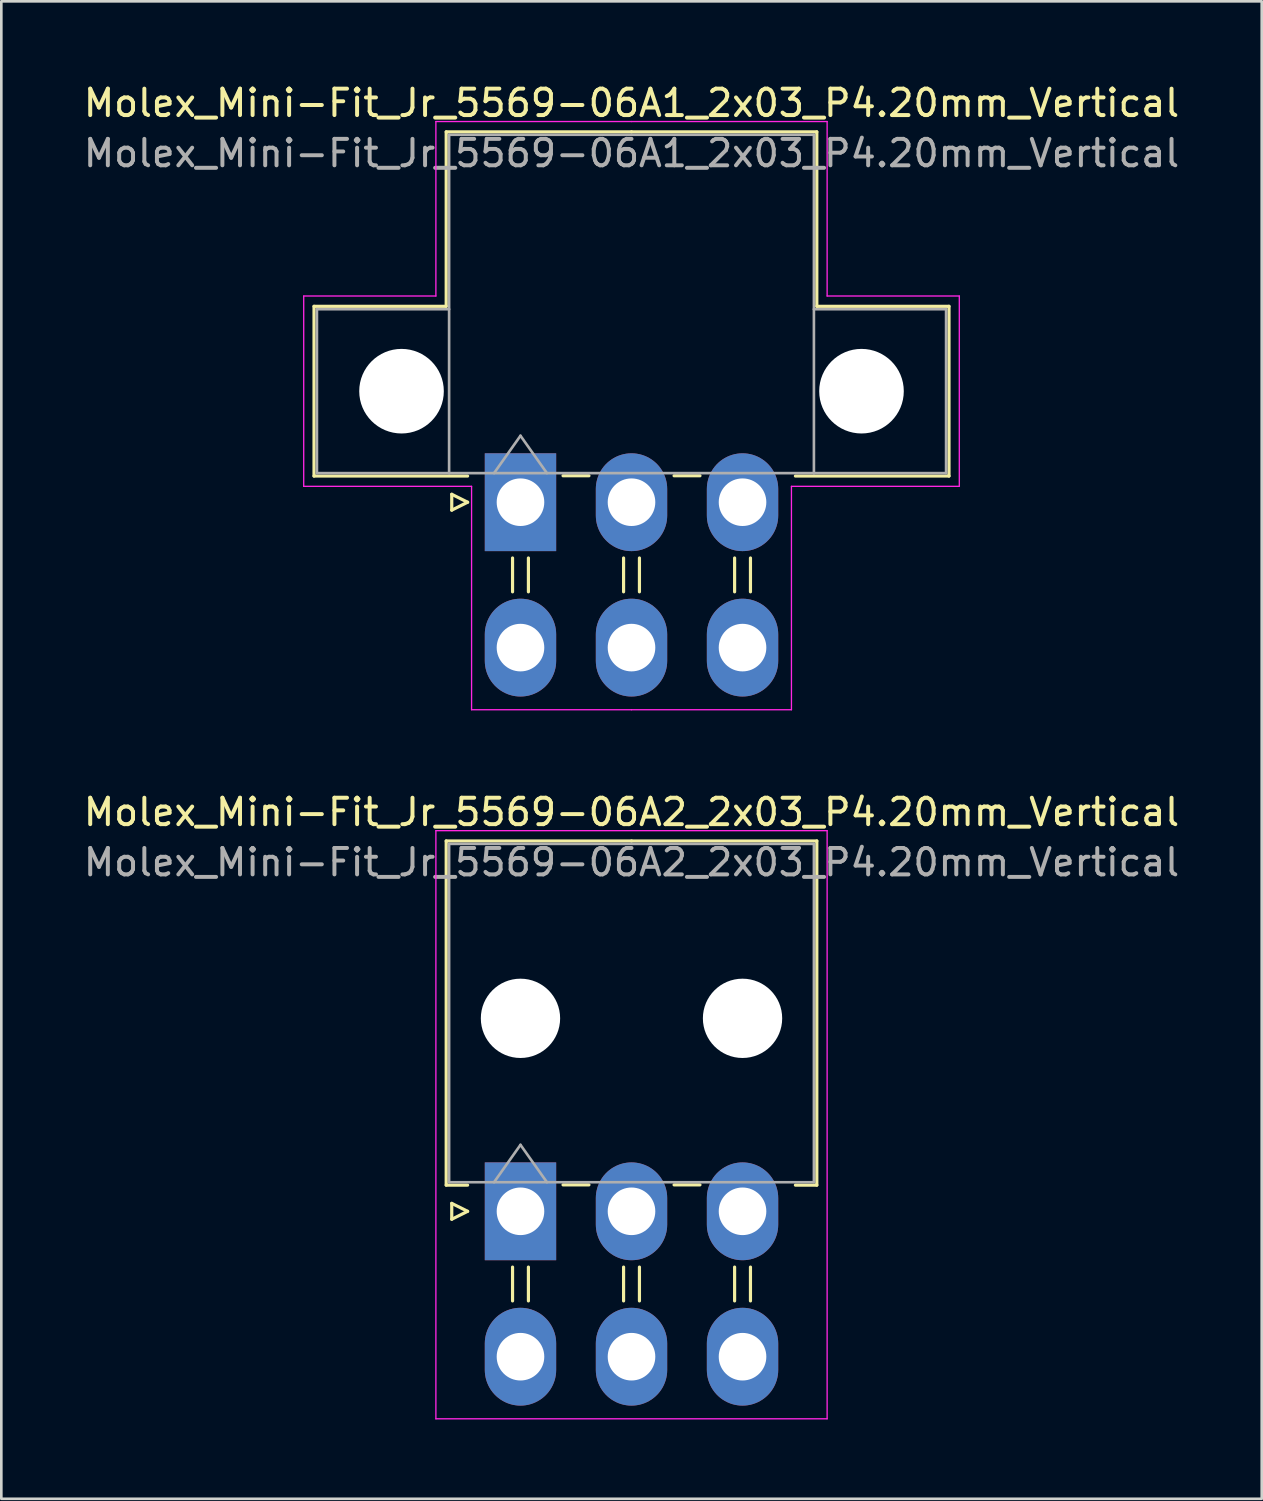
<source format=kicad_pcb>
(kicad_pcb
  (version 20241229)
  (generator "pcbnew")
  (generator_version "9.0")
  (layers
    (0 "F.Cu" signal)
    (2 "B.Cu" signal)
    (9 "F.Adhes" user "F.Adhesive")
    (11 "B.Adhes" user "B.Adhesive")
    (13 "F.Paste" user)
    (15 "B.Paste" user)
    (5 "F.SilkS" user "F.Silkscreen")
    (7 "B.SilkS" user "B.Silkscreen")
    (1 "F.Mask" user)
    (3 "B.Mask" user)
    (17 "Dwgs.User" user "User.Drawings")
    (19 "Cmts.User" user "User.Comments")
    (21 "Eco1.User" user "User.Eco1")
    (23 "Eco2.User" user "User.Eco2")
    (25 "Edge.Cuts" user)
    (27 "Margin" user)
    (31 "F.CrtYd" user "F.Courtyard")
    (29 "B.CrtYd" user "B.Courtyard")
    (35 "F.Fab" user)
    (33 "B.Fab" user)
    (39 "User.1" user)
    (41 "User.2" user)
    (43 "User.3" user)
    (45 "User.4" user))
  (footprint "Molex_Mini-Fit_Jr_5569-06A2_2x03_P4.20mm_Vertical"
    (layer "F.Cu")
    (at 16.639 42.772)
    (property "Reference" "Molex_Mini-Fit_Jr_5569-06A2_2x03_P4.20mm_Vertical" (at 4.2 -15.1 0) (layer "F.SilkS") (effects (font (size 1 1) (thickness 0.15))))
    (attr through_hole)
    (fp_line (start -2.81 -14.01) (end 4.2 -14.01) (stroke (width 0.12) (type solid)) (layer "F.SilkS"))
    (fp_line (start -2.81 -0.99) (end -2.81 -14.01) (stroke (width 0.12) (type solid)) (layer "F.SilkS"))
    (fp_line (start -2.6 -0.3) (end -2 0) (stroke (width 0.12) (type solid)) (layer "F.SilkS"))
    (fp_line (start -2.6 0.3) (end -2.6 -0.3) (stroke (width 0.12) (type solid)) (layer "F.SilkS"))
    (fp_line (start -2 -0.99) (end -2.81 -0.99) (stroke (width 0.12) (type solid)) (layer "F.SilkS"))
    (fp_line (start -2 0) (end -2.6 0.3) (stroke (width 0.12) (type solid)) (layer "F.SilkS"))
    (fp_line (start -0.3 2.11) (end -0.3 3.39) (stroke (width 0.12) (type solid)) (layer "F.SilkS"))
    (fp_line (start 0.3 2.11) (end 0.3 3.39) (stroke (width 0.12) (type solid)) (layer "F.SilkS"))
    (fp_line (start 1.61 -1) (end 2.59 -1) (stroke (width 0.12) (type solid)) (layer "F.SilkS"))
    (fp_line (start 3.9 2.11) (end 3.9 3.39) (stroke (width 0.12) (type solid)) (layer "F.SilkS"))
    (fp_line (start 4.5 2.11) (end 4.5 3.39) (stroke (width 0.12) (type solid)) (layer "F.SilkS"))
    (fp_line (start 5.81 -1) (end 6.79 -1) (stroke (width 0.12) (type solid)) (layer "F.SilkS"))
    (fp_line (start 8.1 2.11) (end 8.1 3.39) (stroke (width 0.12) (type solid)) (layer "F.SilkS"))
    (fp_line (start 8.7 2.11) (end 8.7 3.39) (stroke (width 0.12) (type solid)) (layer "F.SilkS"))
    (fp_line (start 10.4 -0.99) (end 11.21 -0.99) (stroke (width 0.12) (type solid)) (layer "F.SilkS"))
    (fp_line (start 11.21 -14.01) (end 4.2 -14.01) (stroke (width 0.12) (type solid)) (layer "F.SilkS"))
    (fp_line (start 11.21 -0.99) (end 11.21 -14.01) (stroke (width 0.12) (type solid)) (layer "F.SilkS"))
    (fp_line (start -3.2 -14.4) (end -3.2 7.85) (stroke (width 0.05) (type solid)) (layer "F.CrtYd"))
    (fp_line (start -3.2 7.85) (end 11.6 7.85) (stroke (width 0.05) (type solid)) (layer "F.CrtYd"))
    (fp_line (start 11.6 -14.4) (end -3.2 -14.4) (stroke (width 0.05) (type solid)) (layer "F.CrtYd"))
    (fp_line (start 11.6 7.85) (end 11.6 -14.4) (stroke (width 0.05) (type solid)) (layer "F.CrtYd"))
    (fp_line (start -2.7 -13.9) (end -2.7 -1.1) (stroke (width 0.1) (type solid)) (layer "F.Fab"))
    (fp_line (start -2.7 -1.1) (end 11.1 -1.1) (stroke (width 0.1) (type solid)) (layer "F.Fab"))
    (fp_line (start -1 -1.1) (end 0 -2.514) (stroke (width 0.1) (type solid)) (layer "F.Fab"))
    (fp_line (start 0 -2.514) (end 1 -1.1) (stroke (width 0.1) (type solid)) (layer "F.Fab"))
    (fp_line (start 11.1 -13.9) (end -2.7 -13.9) (stroke (width 0.1) (type solid)) (layer "F.Fab"))
    (fp_line (start 11.1 -1.1) (end 11.1 -13.9) (stroke (width 0.1) (type solid)) (layer "F.Fab"))
    (fp_text user "${REFERENCE}" (at 4.2 -13.2 0) (layer "F.Fab") (effects (font (size 1 1) (thickness 0.15))))
    (pad "" np_thru_hole circle (at 0 -7.3) (size 3 3) (drill 3) (layers "*.Cu" "*.Mask"))
    (pad "" np_thru_hole circle (at 8.4 -7.3) (size 3 3) (drill 3) (layers "*.Cu" "*.Mask"))
    (pad "1" thru_hole rect (at 0 0) (size 2.7 3.7) (drill 1.8) (layers "*.Cu" "*.Mask"))
    (pad "2" thru_hole oval (at 4.2 0) (size 2.7 3.7) (drill 1.8) (layers "*.Cu" "*.Mask"))
    (pad "3" thru_hole oval (at 8.4 0) (size 2.7 3.7) (drill 1.8) (layers "*.Cu" "*.Mask"))
    (pad "4" thru_hole oval (at 0 5.5) (size 2.7 3.7) (drill 1.8) (layers "*.Cu" "*.Mask"))
    (pad "5" thru_hole oval (at 4.2 5.5) (size 2.7 3.7) (drill 1.8) (layers "*.Cu" "*.Mask"))
    (pad "6" thru_hole oval (at 8.4 5.5) (size 2.7 3.7) (drill 1.8) (layers "*.Cu" "*.Mask")))
  (footprint "Molex_Mini-Fit_Jr_5569-06A1_2x03_P4.20mm_Vertical"
    (layer "F.Cu")
    (at 16.639 15.948)
    (property "Reference" "Molex_Mini-Fit_Jr_5569-06A1_2x03_P4.20mm_Vertical" (at 4.2 -15.1 0) (layer "F.SilkS") (effects (font (size 1 1) (thickness 0.15))))
    (attr through_hole)
    (fp_line (start -7.81 -7.41) (end -7.81 -0.99) (stroke (width 0.12) (type solid)) (layer "F.SilkS"))
    (fp_line (start -7.81 -0.99) (end -2 -0.99) (stroke (width 0.12) (type solid)) (layer "F.SilkS"))
    (fp_line (start -2.81 -14.01) (end -2.81 -7.41) (stroke (width 0.12) (type solid)) (layer "F.SilkS"))
    (fp_line (start -2.81 -7.41) (end -7.81 -7.41) (stroke (width 0.12) (type solid)) (layer "F.SilkS"))
    (fp_line (start -2.6 -0.3) (end -2 0) (stroke (width 0.12) (type solid)) (layer "F.SilkS"))
    (fp_line (start -2.6 0.3) (end -2.6 -0.3) (stroke (width 0.12) (type solid)) (layer "F.SilkS"))
    (fp_line (start -2 0) (end -2.6 0.3) (stroke (width 0.12) (type solid)) (layer "F.SilkS"))
    (fp_line (start -0.3 2.11) (end -0.3 3.39) (stroke (width 0.12) (type solid)) (layer "F.SilkS"))
    (fp_line (start 0.3 2.11) (end 0.3 3.39) (stroke (width 0.12) (type solid)) (layer "F.SilkS"))
    (fp_line (start 1.61 -1) (end 2.59 -1) (stroke (width 0.12) (type solid)) (layer "F.SilkS"))
    (fp_line (start 3.9 2.11) (end 3.9 3.39) (stroke (width 0.12) (type solid)) (layer "F.SilkS"))
    (fp_line (start 4.2 -14.01) (end -2.81 -14.01) (stroke (width 0.12) (type solid)) (layer "F.SilkS"))
    (fp_line (start 4.2 -14.01) (end 11.21 -14.01) (stroke (width 0.12) (type solid)) (layer "F.SilkS"))
    (fp_line (start 4.5 2.11) (end 4.5 3.39) (stroke (width 0.12) (type solid)) (layer "F.SilkS"))
    (fp_line (start 5.81 -1) (end 6.79 -1) (stroke (width 0.12) (type solid)) (layer "F.SilkS"))
    (fp_line (start 8.1 2.11) (end 8.1 3.39) (stroke (width 0.12) (type solid)) (layer "F.SilkS"))
    (fp_line (start 8.7 2.11) (end 8.7 3.39) (stroke (width 0.12) (type solid)) (layer "F.SilkS"))
    (fp_line (start 11.21 -14.01) (end 11.21 -7.41) (stroke (width 0.12) (type solid)) (layer "F.SilkS"))
    (fp_line (start 11.21 -7.41) (end 16.21 -7.41) (stroke (width 0.12) (type solid)) (layer "F.SilkS"))
    (fp_line (start 16.21 -7.41) (end 16.21 -0.99) (stroke (width 0.12) (type solid)) (layer "F.SilkS"))
    (fp_line (start 16.21 -0.99) (end 10.4 -0.99) (stroke (width 0.12) (type solid)) (layer "F.SilkS"))
    (fp_line (start -8.2 -7.8) (end -8.2 -0.6) (stroke (width 0.05) (type solid)) (layer "F.CrtYd"))
    (fp_line (start -8.2 -0.6) (end -1.85 -0.6) (stroke (width 0.05) (type solid)) (layer "F.CrtYd"))
    (fp_line (start -3.2 -14.4) (end -3.2 -7.8) (stroke (width 0.05) (type solid)) (layer "F.CrtYd"))
    (fp_line (start -3.2 -7.8) (end -8.2 -7.8) (stroke (width 0.05) (type solid)) (layer "F.CrtYd"))
    (fp_line (start -1.85 -0.6) (end -1.85 7.85) (stroke (width 0.05) (type solid)) (layer "F.CrtYd"))
    (fp_line (start -1.85 7.85) (end 4.2 7.85) (stroke (width 0.05) (type solid)) (layer "F.CrtYd"))
    (fp_line (start 4.2 -14.4) (end -3.2 -14.4) (stroke (width 0.05) (type solid)) (layer "F.CrtYd"))
    (fp_line (start 4.2 -14.4) (end 11.6 -14.4) (stroke (width 0.05) (type solid)) (layer "F.CrtYd"))
    (fp_line (start 10.25 -0.6) (end 10.25 7.85) (stroke (width 0.05) (type solid)) (layer "F.CrtYd"))
    (fp_line (start 10.25 7.85) (end 4.2 7.85) (stroke (width 0.05) (type solid)) (layer "F.CrtYd"))
    (fp_line (start 11.6 -14.4) (end 11.6 -7.8) (stroke (width 0.05) (type solid)) (layer "F.CrtYd"))
    (fp_line (start 11.6 -7.8) (end 16.6 -7.8) (stroke (width 0.05) (type solid)) (layer "F.CrtYd"))
    (fp_line (start 16.6 -7.8) (end 16.6 -0.6) (stroke (width 0.05) (type solid)) (layer "F.CrtYd"))
    (fp_line (start 16.6 -0.6) (end 10.25 -0.6) (stroke (width 0.05) (type solid)) (layer "F.CrtYd"))
    (fp_line (start -7.7 -7.3) (end -7.7 -1.1) (stroke (width 0.1) (type solid)) (layer "F.Fab"))
    (fp_line (start -7.7 -1.1) (end -2.7 -1.1) (stroke (width 0.1) (type solid)) (layer "F.Fab"))
    (fp_line (start -2.7 -13.9) (end -2.7 -1.1) (stroke (width 0.1) (type solid)) (layer "F.Fab"))
    (fp_line (start -2.7 -7.3) (end -7.7 -7.3) (stroke (width 0.1) (type solid)) (layer "F.Fab"))
    (fp_line (start -2.7 -1.1) (end 11.1 -1.1) (stroke (width 0.1) (type solid)) (layer "F.Fab"))
    (fp_line (start -1 -1.1) (end 0 -2.514) (stroke (width 0.1) (type solid)) (layer "F.Fab"))
    (fp_line (start 0 -2.514) (end 1 -1.1) (stroke (width 0.1) (type solid)) (layer "F.Fab"))
    (fp_line (start 11.1 -13.9) (end -2.7 -13.9) (stroke (width 0.1) (type solid)) (layer "F.Fab"))
    (fp_line (start 11.1 -7.3) (end 16.1 -7.3) (stroke (width 0.1) (type solid)) (layer "F.Fab"))
    (fp_line (start 11.1 -1.1) (end 11.1 -13.9) (stroke (width 0.1) (type solid)) (layer "F.Fab"))
    (fp_line (start 16.1 -7.3) (end 16.1 -1.1) (stroke (width 0.1) (type solid)) (layer "F.Fab"))
    (fp_line (start 16.1 -1.1) (end 11.1 -1.1) (stroke (width 0.1) (type solid)) (layer "F.Fab"))
    (fp_text user "${REFERENCE}" (at 4.2 -13.2 0) (layer "F.Fab") (effects (font (size 1 1) (thickness 0.15))))
    (pad "" np_thru_hole circle (at -4.5 -4.2) (size 3.2 3.2) (drill 3.2) (layers "*.Cu" "*.Mask"))
    (pad "" np_thru_hole circle (at 12.9 -4.2) (size 3.2 3.2) (drill 3.2) (layers "*.Cu" "*.Mask"))
    (pad "1" thru_hole rect (at 0 0) (size 2.7 3.7) (drill 1.8) (layers "*.Cu" "*.Mask"))
    (pad "2" thru_hole oval (at 4.2 0) (size 2.7 3.7) (drill 1.8) (layers "*.Cu" "*.Mask"))
    (pad "3" thru_hole oval (at 8.4 0) (size 2.7 3.7) (drill 1.8) (layers "*.Cu" "*.Mask"))
    (pad "4" thru_hole oval (at 0 5.5) (size 2.7 3.7) (drill 1.8) (layers "*.Cu" "*.Mask"))
    (pad "5" thru_hole oval (at 4.2 5.5) (size 2.7 3.7) (drill 1.8) (layers "*.Cu" "*.Mask"))
    (pad "6" thru_hole oval (at 8.4 5.5) (size 2.7 3.7) (drill 1.8) (layers "*.Cu" "*.Mask")))
  (gr_rect
    (start -3 -3)
    (end 44.679 53.647)
    (stroke (width 0.1) (type default))
    (fill no)
    (layer "Edge.Cuts")))
</source>
